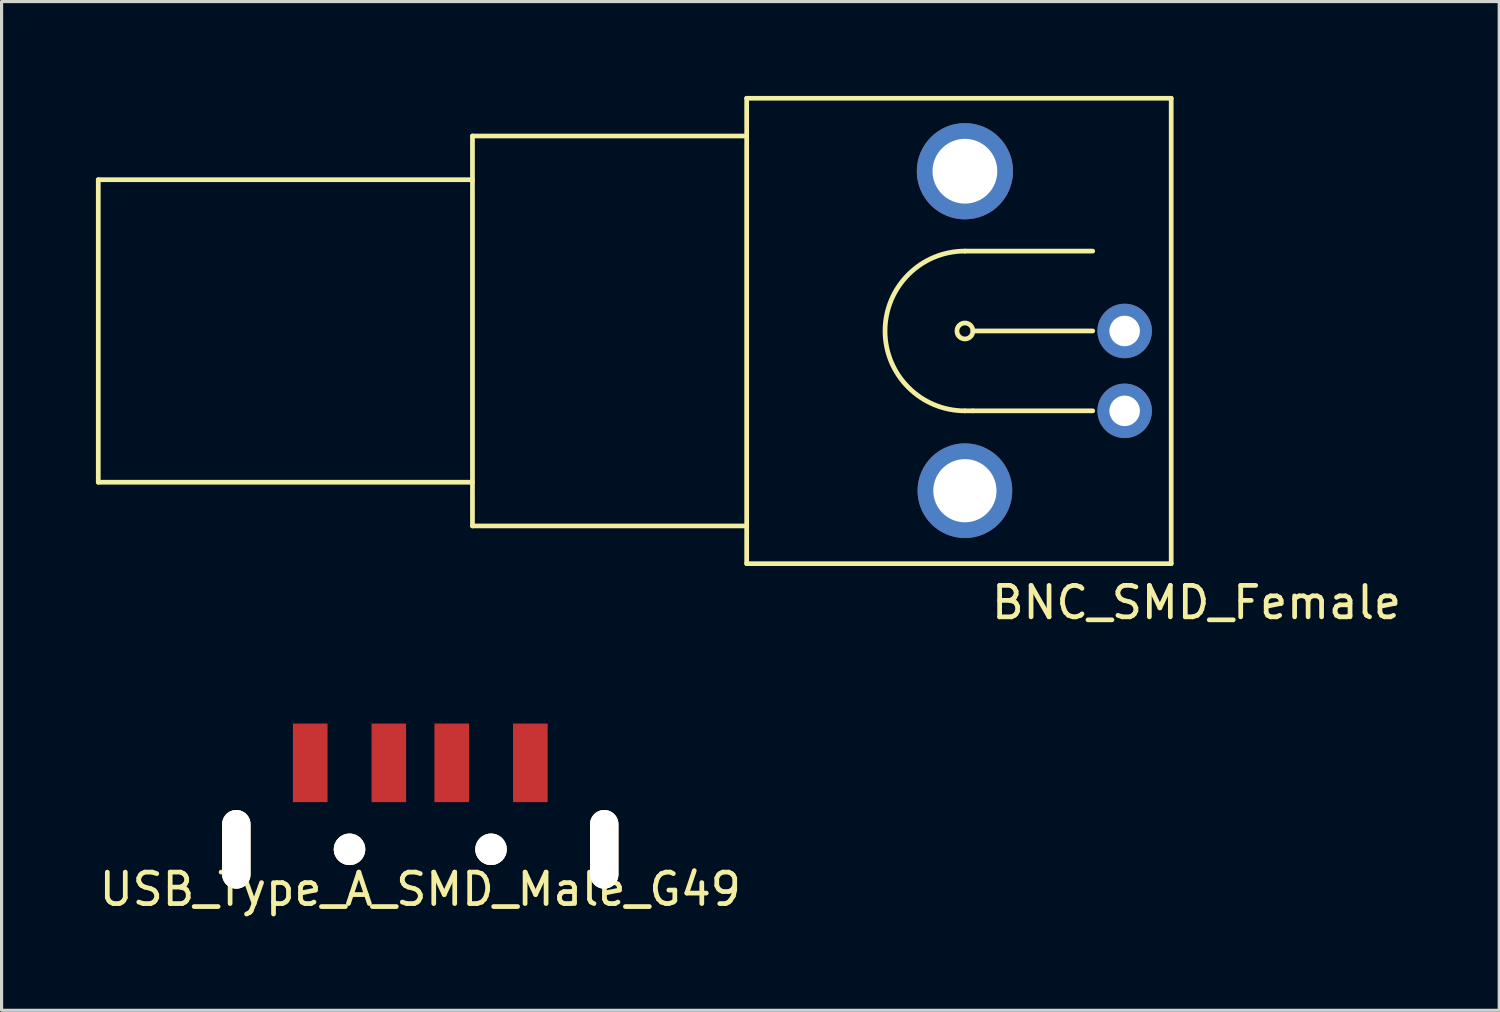
<source format=kicad_pcb>
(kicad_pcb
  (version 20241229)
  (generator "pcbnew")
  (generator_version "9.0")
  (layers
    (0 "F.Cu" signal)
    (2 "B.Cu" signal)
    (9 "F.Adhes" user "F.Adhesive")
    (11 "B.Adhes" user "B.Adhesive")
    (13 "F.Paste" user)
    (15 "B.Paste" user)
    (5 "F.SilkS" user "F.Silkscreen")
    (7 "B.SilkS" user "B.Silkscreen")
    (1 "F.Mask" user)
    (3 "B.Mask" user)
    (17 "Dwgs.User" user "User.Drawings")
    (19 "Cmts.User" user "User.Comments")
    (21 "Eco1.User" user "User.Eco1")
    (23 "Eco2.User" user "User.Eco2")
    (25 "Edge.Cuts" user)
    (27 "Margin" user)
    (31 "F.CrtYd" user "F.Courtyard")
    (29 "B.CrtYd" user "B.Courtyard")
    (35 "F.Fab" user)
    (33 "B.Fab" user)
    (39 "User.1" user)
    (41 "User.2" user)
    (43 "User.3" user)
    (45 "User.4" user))
  (footprint "USB_Type_A_SMD_Male_G49"
    (layer "F.Cu")
    (at 10.315 23.959)
    (property "Reference" "USB_Type_A_SMD_Male_G49" (at 0 1.27 0) (layer "F.SilkS") (effects (font (size 1 1) (thickness 0.15))))
    (attr through_hole)
    (pad "1" smd rect (at -3.5 -2.75) (size 1.1 2.5) (layers "F.Cu" "F.Mask" "F.Paste"))
    (pad "2" smd rect (at -1 -2.75) (size 1.1 2.5) (layers "F.Cu" "F.Mask" "F.Paste"))
    (pad "3" smd rect (at 1 -2.75) (size 1.1 2.5) (layers "F.Cu" "F.Mask" "F.Paste"))
    (pad "4" smd rect (at 3.5 -2.75) (size 1.1 2.5) (layers "F.Cu" "F.Mask" "F.Paste"))
    (pad "5" thru_hole oval (at -5.85 0) (size 0.9 2.5) (drill oval 0.9 2.5) (layers "*.Cu" "*.Mask" "F.SilkS"))
    (pad "5" thru_hole circle (at -2.25 0 90) (size 1 1) (drill 1) (layers "*.Cu" "*.Mask" "F.SilkS"))
    (pad "5" thru_hole circle (at 2.25 0) (size 1 1) (drill 1) (layers "*.Cu" "*.Mask" "F.SilkS"))
    (pad "5" thru_hole oval (at 5.85 0) (size 0.9 2.5) (drill oval 0.9 2.5) (layers "*.Cu" "*.Mask" "F.SilkS")))
  (footprint "BNC_SMD_Female"
    (layer "F.Cu")
    (at 27.635 7.475)
    (property "Reference" "BNC_SMD_Female" (at 7.366 8.636 0) (layer "F.SilkS") (effects (font (size 1 1) (thickness 0.15))))
    (attr through_hole)
    (fp_line (start -27.56 -4.81) (end -27.56 4.81) (stroke (width 0.15) (type solid)) (layer "F.SilkS"))
    (fp_line (start -27.56 4.81) (end -15.66 4.81) (stroke (width 0.15) (type solid)) (layer "F.SilkS"))
    (fp_line (start -15.66 -6.2) (end -15.66 6.2) (stroke (width 0.15) (type solid)) (layer "F.SilkS"))
    (fp_line (start -15.66 -6.2) (end -6.94 -6.2) (stroke (width 0.15) (type solid)) (layer "F.SilkS"))
    (fp_line (start -15.66 -4.81) (end -27.56 -4.81) (stroke (width 0.15) (type solid)) (layer "F.SilkS"))
    (fp_line (start -15.66 6.2) (end -6.94 6.2) (stroke (width 0.15) (type solid)) (layer "F.SilkS"))
    (fp_line (start -6.94 -7.4) (end -6.94 7.4) (stroke (width 0.15) (type solid)) (layer "F.SilkS"))
    (fp_line (start -6.94 -7.4) (end 6.56 -7.4) (stroke (width 0.15) (type solid)) (layer "F.SilkS"))
    (fp_line (start -6.94 7.4) (end 6.56 7.4) (stroke (width 0.15) (type solid)) (layer "F.SilkS"))
    (fp_line (start 0 -2.54) (end 4.064 -2.54) (stroke (width 0.15) (type solid)) (layer "F.SilkS"))
    (fp_line (start 0.254 0) (end 4.064 0) (stroke (width 0.15) (type solid)) (layer "F.SilkS"))
    (fp_line (start 0.254 2.54) (end 0 2.54) (stroke (width 0.15) (type solid)) (layer "F.SilkS"))
    (fp_line (start 0.254 2.54) (end 4.064 2.54) (stroke (width 0.15) (type solid)) (layer "F.SilkS"))
    (fp_line (start 6.56 -7.4) (end 6.56 7.4) (stroke (width 0.15) (type solid)) (layer "F.SilkS"))
    (fp_arc (start 0 2.54) (mid -2.54 0) (end 0 -2.54) (stroke (width 0.15) (type solid)) (layer "F.SilkS"))
    (fp_circle (center 0 0) (end 0 -0.254) (stroke (width 0.15) (type solid)) (fill no) (layer "F.SilkS"))
    (pad "1" thru_hole circle (at 5.08 0) (size 1.732 1.732) (drill 0.97) (layers "*.Cu" "*.Mask"))
    (pad "2" thru_hole circle (at 5.08 2.54) (size 1.732 1.732) (drill 0.97) (layers "*.Cu" "*.Mask"))
    (pad "GND" thru_hole circle (at 0 -5.08) (size 3.06 3.06) (drill 2.06) (layers "*.Cu" "*.Mask"))
    (pad "GND" thru_hole circle (at 0 5.08) (size 3.01 3.01) (drill 2.01) (layers "*.Cu" "*.Mask")))
  (gr_rect
    (start -3 -3)
    (end 44.626 29.078)
    (stroke (width 0.1) (type default))
    (fill no)
    (layer "Edge.Cuts")))
</source>
